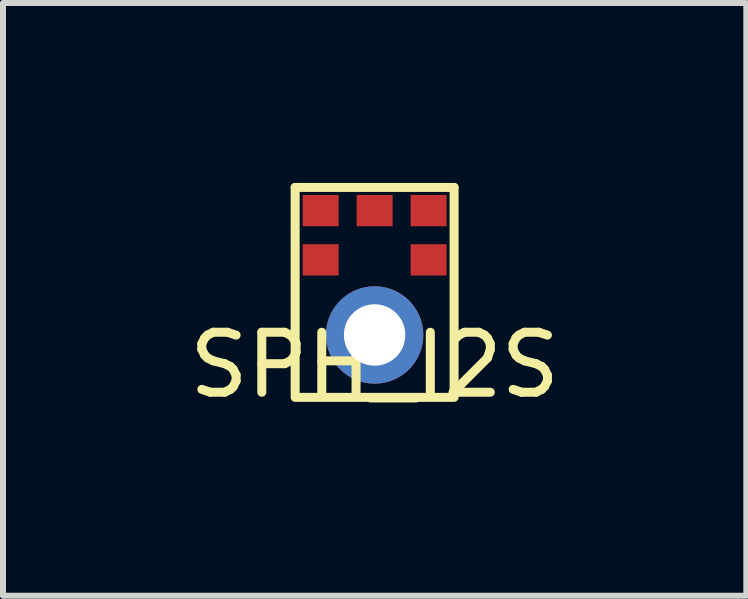
<source format=kicad_pcb>
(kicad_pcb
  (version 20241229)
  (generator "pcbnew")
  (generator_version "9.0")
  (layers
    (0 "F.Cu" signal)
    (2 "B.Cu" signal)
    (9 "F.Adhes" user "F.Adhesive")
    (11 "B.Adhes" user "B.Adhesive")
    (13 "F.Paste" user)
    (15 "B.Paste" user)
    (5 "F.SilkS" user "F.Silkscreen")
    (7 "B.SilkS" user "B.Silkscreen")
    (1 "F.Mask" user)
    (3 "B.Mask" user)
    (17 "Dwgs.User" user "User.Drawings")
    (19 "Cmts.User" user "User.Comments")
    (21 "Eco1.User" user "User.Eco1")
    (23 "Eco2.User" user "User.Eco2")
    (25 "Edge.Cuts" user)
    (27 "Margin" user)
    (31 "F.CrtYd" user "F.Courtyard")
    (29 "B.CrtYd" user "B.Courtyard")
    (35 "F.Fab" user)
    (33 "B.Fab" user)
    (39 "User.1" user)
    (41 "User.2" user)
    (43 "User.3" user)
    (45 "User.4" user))
  (footprint "SPH_I2S"
    (layer "F.Cu")
    (at 3.196 2.535)
    (property "Reference" "SPH_I2S" (at 0 0.5 0) (layer "F.SilkS") (effects (font (size 1 1) (thickness 0.15))))
    (attr through_hole)
    (fp_line (start -1.325 -2.46) (end 1.325 -2.46) (stroke (width 0.15) (type solid)) (layer "F.SilkS"))
    (fp_line (start -1.325 1) (end -1.325 -2.46) (stroke (width 0.15) (type solid)) (layer "F.SilkS"))
    (fp_line (start -1.325 1.04) (end 1.325 1.04) (stroke (width 0.15) (type solid)) (layer "F.SilkS"))
    (fp_line (start 1.325 -2.46) (end 1.325 1) (stroke (width 0.15) (type solid)) (layer "F.SilkS"))
    (pad "1" smd rect (at -0.9 -2.074) (size 0.6 0.522) (layers "F.Cu" "F.Mask" "F.Paste"))
    (pad "2" smd rect (at -0.9 -1.252) (size 0.6 0.522) (layers "F.Cu" "F.Mask" "F.Paste"))
    (pad "3" thru_hole circle (at 0 0) (size 1.624 1.624) (drill 1.024) (layers "*.Cu" "*.Mask"))
    (pad "4" smd rect (at 0.9 -1.252) (size 0.6 0.522) (layers "F.Cu" "F.Mask" "F.Paste"))
    (pad "5" smd rect (at 0.9 -2.074) (size 0.6 0.522) (layers "F.Cu" "F.Mask" "F.Paste"))
    (pad "6" smd rect (at 0 -2.074) (size 0.6 0.522) (layers "F.Cu" "F.Mask" "F.Paste")))
  (gr_rect
    (start -3 -3)
    (end 9.393 6.883)
    (stroke (width 0.1) (type default))
    (fill no)
    (layer "Edge.Cuts")))
</source>
